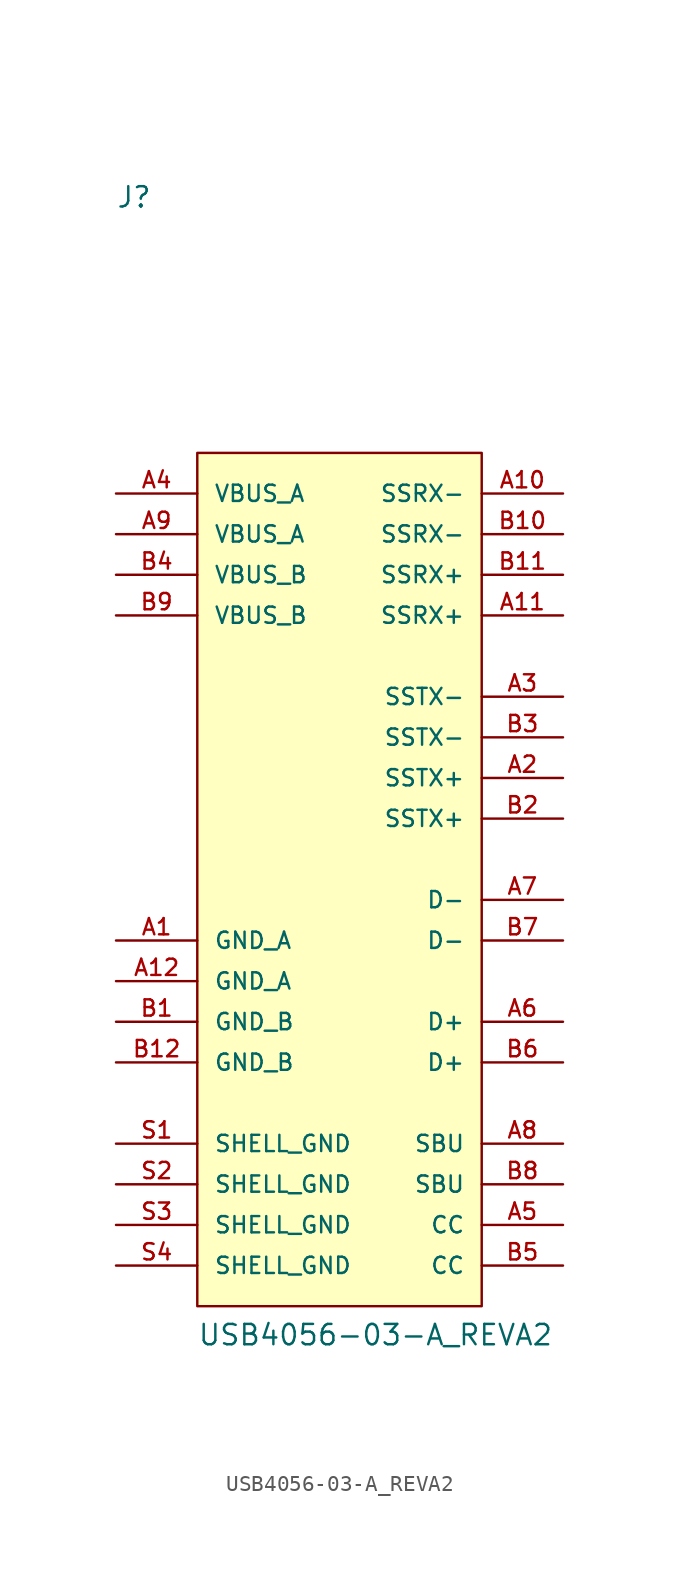
<source format=kicad_sym>
(kicad_symbol_lib
  (version 20230620)
  (generator kicad_symbol_editor)
  (symbol "USB4056-03-A_REVA2"
    (pin_names
      (offset 1.016))
    (property "Reference" "J"
      (at -12.7 45.72 0)
      (effects (font (size 1.27 1.27)) (justify left bottom)))
    (property "Value" "USB4056-03-A_REVA2"
      (at -7.62 -25.4 0)
      (effects (font (size 1.27 1.27)) (justify left bottom)))
    (symbol "USB4056-03-A_REVA2_0_0"
      (pin power_in line (at -12.7 0 0) (length 5.08) (name "GND_A" (effects (font (size 1.016 1.016)))) (number "A1" (effects (font (size 1.016 1.016)))))
      (pin power_in line (at -12.7 27.94 0) (length 5.08) (name "VBUS_A" (effects (font (size 1.016 1.016)))) (number "A4" (effects (font (size 1.016 1.016)))))
      (pin power_in line (at -12.7 22.86 0) (length 5.08) (name "VBUS_B" (effects (font (size 1.016 1.016)))) (number "B4" (effects (font (size 1.016 1.016)))))
      (pin power_in line (at -12.7 -12.7 0) (length 5.08) (name "SHELL_GND" (effects (font (size 1.016 1.016)))) (number "S1" (effects (font (size 1.016 1.016))))))
    (symbol "USB4056-03-A_REVA2_1_0"
      (pin bidirectional line (at 15.24 27.94 180) (length 5.08) (name "SSRX-" (effects (font (size 1.016 1.016)))) (number "A10" (effects (font (size 1.016 1.016)))))
      (pin bidirectional line (at 15.24 20.32 180) (length 5.08) (name "SSRX+" (effects (font (size 1.016 1.016)))) (number "A11" (effects (font (size 1.016 1.016)))))
      (pin power_in line (at -12.7 -2.54 0) (length 5.08) (name "GND_A" (effects (font (size 1.016 1.016)))) (number "A12" (effects (font (size 1.016 1.016)))))
      (pin bidirectional line (at 15.24 10.16 180) (length 5.08) (name "SSTX+" (effects (font (size 1.016 1.016)))) (number "A2" (effects (font (size 1.016 1.016)))))
      (pin bidirectional line (at 15.24 15.24 180) (length 5.08) (name "SSTX-" (effects (font (size 1.016 1.016)))) (number "A3" (effects (font (size 1.016 1.016)))))
      (pin bidirectional line (at 15.24 -17.78 180) (length 5.08) (name "CC" (effects (font (size 1.016 1.016)))) (number "A5" (effects (font (size 1.016 1.016)))))
      (pin bidirectional line (at 15.24 -5.08 180) (length 5.08) (name "D+" (effects (font (size 1.016 1.016)))) (number "A6" (effects (font (size 1.016 1.016)))))
      (pin no_connect line (at -12.7 2.54 0) (length 5.08) hide (name "DP1" (effects (font (size 1.016 1.016)))) (number "A6" (effects (font (size 1.016 1.016)))))
      (pin bidirectional line (at 15.24 2.54 180) (length 5.08) (name "D-" (effects (font (size 1.016 1.016)))) (number "A7" (effects (font (size 1.016 1.016)))))
      (pin no_connect line (at -12.7 2.54 0) (length 5.08) hide (name "DN1" (effects (font (size 1.016 1.016)))) (number "A7" (effects (font (size 1.016 1.016)))))
      (pin bidirectional line (at 15.24 -12.7 180) (length 5.08) (name "SBU" (effects (font (size 1.016 1.016)))) (number "A8" (effects (font (size 1.016 1.016)))))
      (pin power_in line (at -12.7 25.4 0) (length 5.08) (name "VBUS_A" (effects (font (size 1.016 1.016)))) (number "A9" (effects (font (size 1.016 1.016)))))
      (pin power_in line (at -12.7 -5.08 0) (length 5.08) (name "GND_B" (effects (font (size 1.016 1.016)))) (number "B1" (effects (font (size 1.016 1.016)))))
      (pin bidirectional line (at 15.24 25.4 180) (length 5.08) (name "SSRX-" (effects (font (size 1.016 1.016)))) (number "B10" (effects (font (size 1.016 1.016)))))
      (pin bidirectional line (at 15.24 22.86 180) (length 5.08) (name "SSRX+" (effects (font (size 1.016 1.016)))) (number "B11" (effects (font (size 1.016 1.016)))))
      (pin power_in line (at -12.7 -7.62 0) (length 5.08) (name "GND_B" (effects (font (size 1.016 1.016)))) (number "B12" (effects (font (size 1.016 1.016)))))
      (pin bidirectional line (at 15.24 7.62 180) (length 5.08) (name "SSTX+" (effects (font (size 1.016 1.016)))) (number "B2" (effects (font (size 1.016 1.016)))))
      (pin bidirectional line (at 15.24 12.7 180) (length 5.08) (name "SSTX-" (effects (font (size 1.016 1.016)))) (number "B3" (effects (font (size 1.016 1.016)))))
      (pin bidirectional line (at 15.24 -20.32 180) (length 5.08) (name "CC" (effects (font (size 1.016 1.016)))) (number "B5" (effects (font (size 1.016 1.016)))))
      (pin bidirectional line (at 15.24 -7.62 180) (length 5.08) (name "D+" (effects (font (size 1.016 1.016)))) (number "B6" (effects (font (size 1.016 1.016)))))
      (pin no_connect line (at -12.7 2.54 0) (length 5.08) hide (name "DP2" (effects (font (size 1.016 1.016)))) (number "B6" (effects (font (size 1.016 1.016)))))
      (pin bidirectional line (at 15.24 0 180) (length 5.08) (name "D-" (effects (font (size 1.016 1.016)))) (number "B7" (effects (font (size 1.016 1.016)))))
      (pin no_connect line (at -12.7 2.54 0) (length 5.08) hide (name "DN2" (effects (font (size 1.016 1.016)))) (number "B7" (effects (font (size 1.016 1.016)))))
      (pin bidirectional line (at 15.24 -15.24 180) (length 5.08) (name "SBU" (effects (font (size 1.016 1.016)))) (number "B8" (effects (font (size 1.016 1.016)))))
      (pin power_in line (at -12.7 20.32 0) (length 5.08) (name "VBUS_B" (effects (font (size 1.016 1.016)))) (number "B9" (effects (font (size 1.016 1.016)))))
      (pin power_in line (at -12.7 -15.24 0) (length 5.08) (name "SHELL_GND" (effects (font (size 1.016 1.016)))) (number "S2" (effects (font (size 1.016 1.016)))))
      (pin power_in line (at -12.7 -17.78 0) (length 5.08) (name "SHELL_GND" (effects (font (size 1.016 1.016)))) (number "S3" (effects (font (size 1.016 1.016)))))
      (pin power_in line (at -12.7 -20.32 0) (length 5.08) (name "SHELL_GND" (effects (font (size 1.016 1.016)))) (number "S4" (effects (font (size 1.016 1.016))))))
    (symbol "USB4056-03-A_REVA2_1_1"
      (rectangle (start -7.62 30.48) (end 10.16 -22.86) (stroke (width 0) (type default)) (fill (type background))))))
</source>
